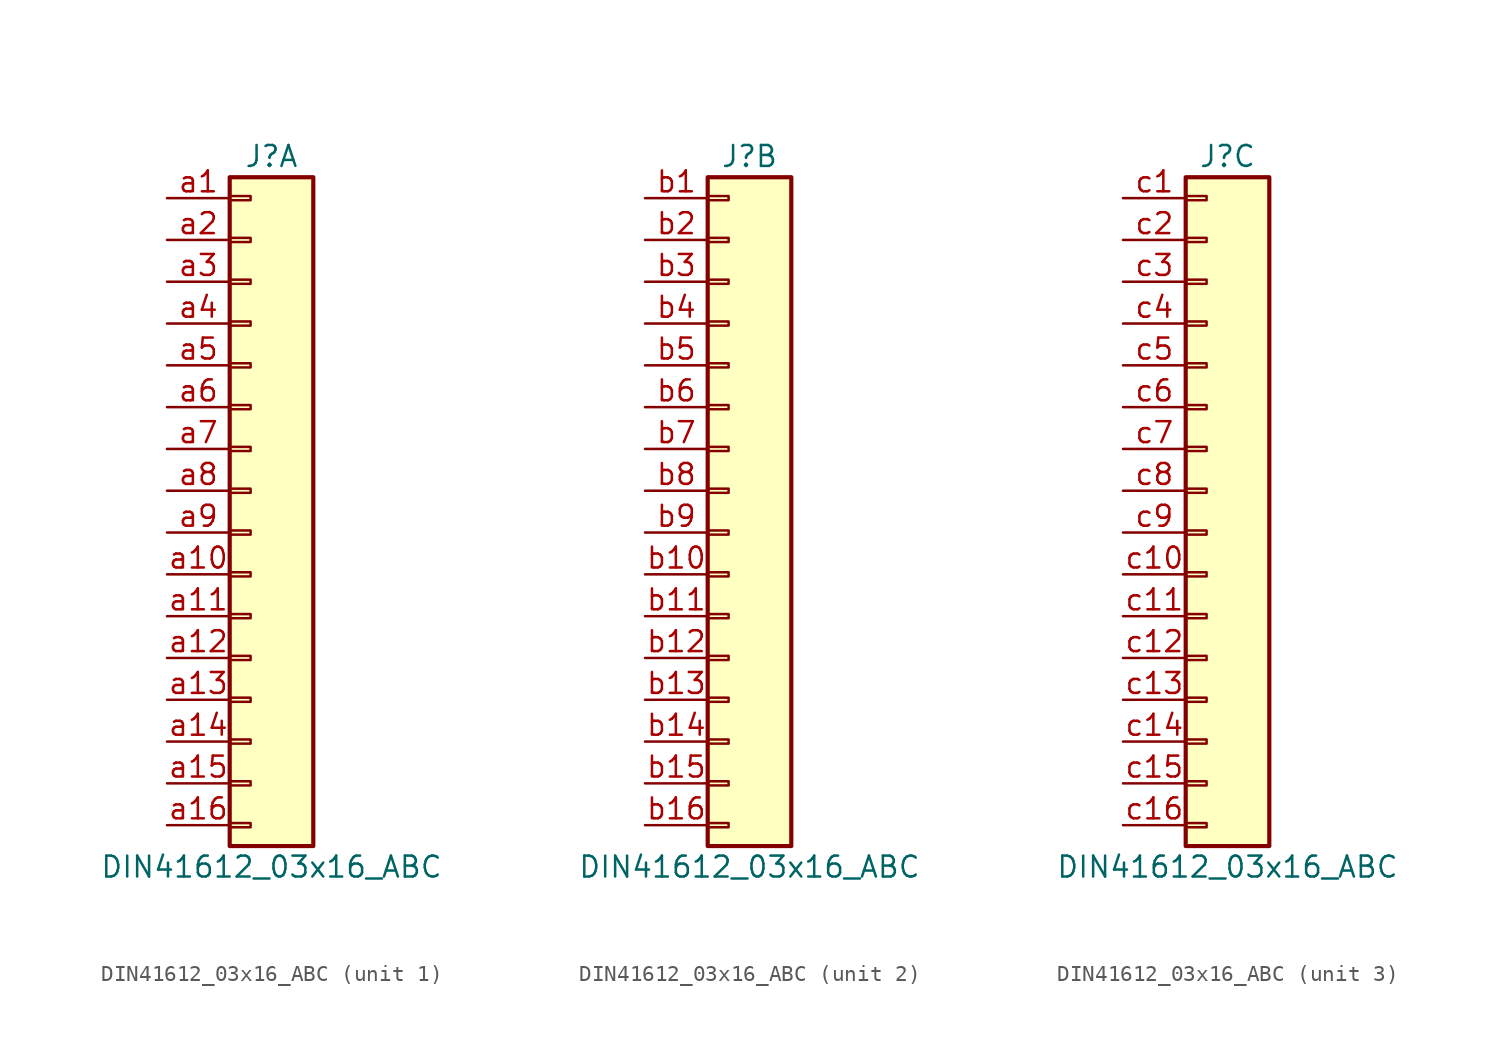
<source format=kicad_sym>
(kicad_symbol_lib
  (version 20241209)
  (generator "kicad_symbol_editor")
  (generator_version "9.0")
  (symbol "DIN41612_03x16_ABC"
    (pin_names
      (offset 1.016)
      (hide yes))
    (property "Reference" "J"
      (at 1.27 20.32 0)
      (effects (font (size 1.27 1.27))))
    (property "Value" "DIN41612_03x16_ABC"
      (at 1.27 -22.86 0)
      (effects (font (size 1.27 1.27))))
    (symbol "DIN41612_03x16_ABC_1_1"
      (rectangle (start -1.27 19.05) (end 3.81 -21.59) (stroke (width 0.254) (type default)) (fill (type background)))
      (rectangle (start -1.27 17.907) (end 0 17.653) (stroke (width 0.152) (type default)) (fill (type none)))
      (rectangle (start -1.27 15.367) (end 0 15.113) (stroke (width 0.152) (type default)) (fill (type none)))
      (rectangle (start -1.27 12.827) (end 0 12.573) (stroke (width 0.152) (type default)) (fill (type none)))
      (rectangle (start -1.27 10.287) (end 0 10.033) (stroke (width 0.152) (type default)) (fill (type none)))
      (rectangle (start -1.27 7.747) (end 0 7.493) (stroke (width 0.152) (type default)) (fill (type none)))
      (rectangle (start -1.27 5.207) (end 0 4.953) (stroke (width 0.152) (type default)) (fill (type none)))
      (rectangle (start -1.27 2.667) (end 0 2.413) (stroke (width 0.152) (type default)) (fill (type none)))
      (rectangle (start -1.27 0.127) (end 0 -0.127) (stroke (width 0.152) (type default)) (fill (type none)))
      (rectangle (start -1.27 -2.413) (end 0 -2.667) (stroke (width 0.152) (type default)) (fill (type none)))
      (rectangle (start -1.27 -4.953) (end 0 -5.207) (stroke (width 0.152) (type default)) (fill (type none)))
      (rectangle (start -1.27 -7.493) (end 0 -7.747) (stroke (width 0.152) (type default)) (fill (type none)))
      (rectangle (start -1.27 -10.033) (end 0 -10.287) (stroke (width 0.152) (type default)) (fill (type none)))
      (rectangle (start -1.27 -12.573) (end 0 -12.827) (stroke (width 0.152) (type default)) (fill (type none)))
      (rectangle (start -1.27 -15.113) (end 0 -15.367) (stroke (width 0.152) (type default)) (fill (type none)))
      (rectangle (start -1.27 -17.653) (end 0 -17.907) (stroke (width 0.152) (type default)) (fill (type none)))
      (rectangle (start -1.27 -20.193) (end 0 -20.447) (stroke (width 0.152) (type default)) (fill (type none)))
      (pin passive line (at -5.08 17.78 0) (length 3.81) (name "Pin_a1" (effects (font (size 1.27 1.27)))) (number "a1" (effects (font (size 1.27 1.27)))))
      (pin passive line (at -5.08 15.24 0) (length 3.81) (name "Pin_a2" (effects (font (size 1.27 1.27)))) (number "a2" (effects (font (size 1.27 1.27)))))
      (pin passive line (at -5.08 12.7 0) (length 3.81) (name "Pin_a3" (effects (font (size 1.27 1.27)))) (number "a3" (effects (font (size 1.27 1.27)))))
      (pin passive line (at -5.08 10.16 0) (length 3.81) (name "Pin_a4" (effects (font (size 1.27 1.27)))) (number "a4" (effects (font (size 1.27 1.27)))))
      (pin passive line (at -5.08 7.62 0) (length 3.81) (name "Pin_a5" (effects (font (size 1.27 1.27)))) (number "a5" (effects (font (size 1.27 1.27)))))
      (pin passive line (at -5.08 5.08 0) (length 3.81) (name "Pin_a6" (effects (font (size 1.27 1.27)))) (number "a6" (effects (font (size 1.27 1.27)))))
      (pin passive line (at -5.08 2.54 0) (length 3.81) (name "Pin_a7" (effects (font (size 1.27 1.27)))) (number "a7" (effects (font (size 1.27 1.27)))))
      (pin passive line (at -5.08 0 0) (length 3.81) (name "Pin_a8" (effects (font (size 1.27 1.27)))) (number "a8" (effects (font (size 1.27 1.27)))))
      (pin passive line (at -5.08 -2.54 0) (length 3.81) (name "Pin_a9" (effects (font (size 1.27 1.27)))) (number "a9" (effects (font (size 1.27 1.27)))))
      (pin passive line (at -5.08 -5.08 0) (length 3.81) (name "Pin_a10" (effects (font (size 1.27 1.27)))) (number "a10" (effects (font (size 1.27 1.27)))))
      (pin passive line (at -5.08 -7.62 0) (length 3.81) (name "Pin_a11" (effects (font (size 1.27 1.27)))) (number "a11" (effects (font (size 1.27 1.27)))))
      (pin passive line (at -5.08 -10.16 0) (length 3.81) (name "Pin_a12" (effects (font (size 1.27 1.27)))) (number "a12" (effects (font (size 1.27 1.27)))))
      (pin passive line (at -5.08 -12.7 0) (length 3.81) (name "Pin_a13" (effects (font (size 1.27 1.27)))) (number "a13" (effects (font (size 1.27 1.27)))))
      (pin passive line (at -5.08 -15.24 0) (length 3.81) (name "Pin_a14" (effects (font (size 1.27 1.27)))) (number "a14" (effects (font (size 1.27 1.27)))))
      (pin passive line (at -5.08 -17.78 0) (length 3.81) (name "Pin_a15" (effects (font (size 1.27 1.27)))) (number "a15" (effects (font (size 1.27 1.27)))))
      (pin passive line (at -5.08 -20.32 0) (length 3.81) (name "Pin_a16" (effects (font (size 1.27 1.27)))) (number "a16" (effects (font (size 1.27 1.27))))))
    (symbol "DIN41612_03x16_ABC_2_1"
      (rectangle (start -1.27 19.05) (end 3.81 -21.59) (stroke (width 0.254) (type default)) (fill (type background)))
      (rectangle (start -1.27 17.907) (end 0 17.653) (stroke (width 0.152) (type default)) (fill (type none)))
      (rectangle (start -1.27 15.367) (end 0 15.113) (stroke (width 0.152) (type default)) (fill (type none)))
      (rectangle (start -1.27 12.827) (end 0 12.573) (stroke (width 0.152) (type default)) (fill (type none)))
      (rectangle (start -1.27 10.287) (end 0 10.033) (stroke (width 0.152) (type default)) (fill (type none)))
      (rectangle (start -1.27 7.747) (end 0 7.493) (stroke (width 0.152) (type default)) (fill (type none)))
      (rectangle (start -1.27 5.207) (end 0 4.953) (stroke (width 0.152) (type default)) (fill (type none)))
      (rectangle (start -1.27 2.667) (end 0 2.413) (stroke (width 0.152) (type default)) (fill (type none)))
      (rectangle (start -1.27 0.127) (end 0 -0.127) (stroke (width 0.152) (type default)) (fill (type none)))
      (rectangle (start -1.27 -2.413) (end 0 -2.667) (stroke (width 0.152) (type default)) (fill (type none)))
      (rectangle (start -1.27 -4.953) (end 0 -5.207) (stroke (width 0.152) (type default)) (fill (type none)))
      (rectangle (start -1.27 -7.493) (end 0 -7.747) (stroke (width 0.152) (type default)) (fill (type none)))
      (rectangle (start -1.27 -10.033) (end 0 -10.287) (stroke (width 0.152) (type default)) (fill (type none)))
      (rectangle (start -1.27 -12.573) (end 0 -12.827) (stroke (width 0.152) (type default)) (fill (type none)))
      (rectangle (start -1.27 -15.113) (end 0 -15.367) (stroke (width 0.152) (type default)) (fill (type none)))
      (rectangle (start -1.27 -17.653) (end 0 -17.907) (stroke (width 0.152) (type default)) (fill (type none)))
      (rectangle (start -1.27 -20.193) (end 0 -20.447) (stroke (width 0.152) (type default)) (fill (type none)))
      (pin passive line (at -5.08 17.78 0) (length 3.81) (name "Pin_b1" (effects (font (size 1.27 1.27)))) (number "b1" (effects (font (size 1.27 1.27)))))
      (pin passive line (at -5.08 15.24 0) (length 3.81) (name "Pin_b2" (effects (font (size 1.27 1.27)))) (number "b2" (effects (font (size 1.27 1.27)))))
      (pin passive line (at -5.08 12.7 0) (length 3.81) (name "Pin_b3" (effects (font (size 1.27 1.27)))) (number "b3" (effects (font (size 1.27 1.27)))))
      (pin passive line (at -5.08 10.16 0) (length 3.81) (name "Pin_b4" (effects (font (size 1.27 1.27)))) (number "b4" (effects (font (size 1.27 1.27)))))
      (pin passive line (at -5.08 7.62 0) (length 3.81) (name "Pin_b5" (effects (font (size 1.27 1.27)))) (number "b5" (effects (font (size 1.27 1.27)))))
      (pin passive line (at -5.08 5.08 0) (length 3.81) (name "Pin_b6" (effects (font (size 1.27 1.27)))) (number "b6" (effects (font (size 1.27 1.27)))))
      (pin passive line (at -5.08 2.54 0) (length 3.81) (name "Pin_b7" (effects (font (size 1.27 1.27)))) (number "b7" (effects (font (size 1.27 1.27)))))
      (pin passive line (at -5.08 0 0) (length 3.81) (name "Pin_b8" (effects (font (size 1.27 1.27)))) (number "b8" (effects (font (size 1.27 1.27)))))
      (pin passive line (at -5.08 -2.54 0) (length 3.81) (name "Pin_b9" (effects (font (size 1.27 1.27)))) (number "b9" (effects (font (size 1.27 1.27)))))
      (pin passive line (at -5.08 -5.08 0) (length 3.81) (name "Pin_b10" (effects (font (size 1.27 1.27)))) (number "b10" (effects (font (size 1.27 1.27)))))
      (pin passive line (at -5.08 -7.62 0) (length 3.81) (name "Pin_b11" (effects (font (size 1.27 1.27)))) (number "b11" (effects (font (size 1.27 1.27)))))
      (pin passive line (at -5.08 -10.16 0) (length 3.81) (name "Pin_b12" (effects (font (size 1.27 1.27)))) (number "b12" (effects (font (size 1.27 1.27)))))
      (pin passive line (at -5.08 -12.7 0) (length 3.81) (name "Pin_b13" (effects (font (size 1.27 1.27)))) (number "b13" (effects (font (size 1.27 1.27)))))
      (pin passive line (at -5.08 -15.24 0) (length 3.81) (name "Pin_b14" (effects (font (size 1.27 1.27)))) (number "b14" (effects (font (size 1.27 1.27)))))
      (pin passive line (at -5.08 -17.78 0) (length 3.81) (name "Pin_b15" (effects (font (size 1.27 1.27)))) (number "b15" (effects (font (size 1.27 1.27)))))
      (pin passive line (at -5.08 -20.32 0) (length 3.81) (name "Pin_b16" (effects (font (size 1.27 1.27)))) (number "b16" (effects (font (size 1.27 1.27))))))
    (symbol "DIN41612_03x16_ABC_3_1"
      (rectangle (start -1.27 19.05) (end 3.81 -21.59) (stroke (width 0.254) (type default)) (fill (type background)))
      (rectangle (start -1.27 17.907) (end 0 17.653) (stroke (width 0.152) (type default)) (fill (type none)))
      (rectangle (start -1.27 15.367) (end 0 15.113) (stroke (width 0.152) (type default)) (fill (type none)))
      (rectangle (start -1.27 12.827) (end 0 12.573) (stroke (width 0.152) (type default)) (fill (type none)))
      (rectangle (start -1.27 10.287) (end 0 10.033) (stroke (width 0.152) (type default)) (fill (type none)))
      (rectangle (start -1.27 7.747) (end 0 7.493) (stroke (width 0.152) (type default)) (fill (type none)))
      (rectangle (start -1.27 5.207) (end 0 4.953) (stroke (width 0.152) (type default)) (fill (type none)))
      (rectangle (start -1.27 2.667) (end 0 2.413) (stroke (width 0.152) (type default)) (fill (type none)))
      (rectangle (start -1.27 0.127) (end 0 -0.127) (stroke (width 0.152) (type default)) (fill (type none)))
      (rectangle (start -1.27 -2.413) (end 0 -2.667) (stroke (width 0.152) (type default)) (fill (type none)))
      (rectangle (start -1.27 -4.953) (end 0 -5.207) (stroke (width 0.152) (type default)) (fill (type none)))
      (rectangle (start -1.27 -7.493) (end 0 -7.747) (stroke (width 0.152) (type default)) (fill (type none)))
      (rectangle (start -1.27 -10.033) (end 0 -10.287) (stroke (width 0.152) (type default)) (fill (type none)))
      (rectangle (start -1.27 -12.573) (end 0 -12.827) (stroke (width 0.152) (type default)) (fill (type none)))
      (rectangle (start -1.27 -15.113) (end 0 -15.367) (stroke (width 0.152) (type default)) (fill (type none)))
      (rectangle (start -1.27 -17.653) (end 0 -17.907) (stroke (width 0.152) (type default)) (fill (type none)))
      (rectangle (start -1.27 -20.193) (end 0 -20.447) (stroke (width 0.152) (type default)) (fill (type none)))
      (pin passive line (at -5.08 17.78 0) (length 3.81) (name "Pin_c1" (effects (font (size 1.27 1.27)))) (number "c1" (effects (font (size 1.27 1.27)))))
      (pin passive line (at -5.08 15.24 0) (length 3.81) (name "Pin_c2" (effects (font (size 1.27 1.27)))) (number "c2" (effects (font (size 1.27 1.27)))))
      (pin passive line (at -5.08 12.7 0) (length 3.81) (name "Pin_c3" (effects (font (size 1.27 1.27)))) (number "c3" (effects (font (size 1.27 1.27)))))
      (pin passive line (at -5.08 10.16 0) (length 3.81) (name "Pin_c4" (effects (font (size 1.27 1.27)))) (number "c4" (effects (font (size 1.27 1.27)))))
      (pin passive line (at -5.08 7.62 0) (length 3.81) (name "Pin_c5" (effects (font (size 1.27 1.27)))) (number "c5" (effects (font (size 1.27 1.27)))))
      (pin passive line (at -5.08 5.08 0) (length 3.81) (name "Pin_c6" (effects (font (size 1.27 1.27)))) (number "c6" (effects (font (size 1.27 1.27)))))
      (pin passive line (at -5.08 2.54 0) (length 3.81) (name "Pin_c7" (effects (font (size 1.27 1.27)))) (number "c7" (effects (font (size 1.27 1.27)))))
      (pin passive line (at -5.08 0 0) (length 3.81) (name "Pin_c8" (effects (font (size 1.27 1.27)))) (number "c8" (effects (font (size 1.27 1.27)))))
      (pin passive line (at -5.08 -2.54 0) (length 3.81) (name "Pin_c9" (effects (font (size 1.27 1.27)))) (number "c9" (effects (font (size 1.27 1.27)))))
      (pin passive line (at -5.08 -5.08 0) (length 3.81) (name "Pin_c10" (effects (font (size 1.27 1.27)))) (number "c10" (effects (font (size 1.27 1.27)))))
      (pin passive line (at -5.08 -7.62 0) (length 3.81) (name "Pin_c11" (effects (font (size 1.27 1.27)))) (number "c11" (effects (font (size 1.27 1.27)))))
      (pin passive line (at -5.08 -10.16 0) (length 3.81) (name "Pin_c12" (effects (font (size 1.27 1.27)))) (number "c12" (effects (font (size 1.27 1.27)))))
      (pin passive line (at -5.08 -12.7 0) (length 3.81) (name "Pin_c13" (effects (font (size 1.27 1.27)))) (number "c13" (effects (font (size 1.27 1.27)))))
      (pin passive line (at -5.08 -15.24 0) (length 3.81) (name "Pin_c14" (effects (font (size 1.27 1.27)))) (number "c14" (effects (font (size 1.27 1.27)))))
      (pin passive line (at -5.08 -17.78 0) (length 3.81) (name "Pin_c15" (effects (font (size 1.27 1.27)))) (number "c15" (effects (font (size 1.27 1.27)))))
      (pin passive line (at -5.08 -20.32 0) (length 3.81) (name "Pin_c16" (effects (font (size 1.27 1.27)))) (number "c16" (effects (font (size 1.27 1.27))))))))
</source>
